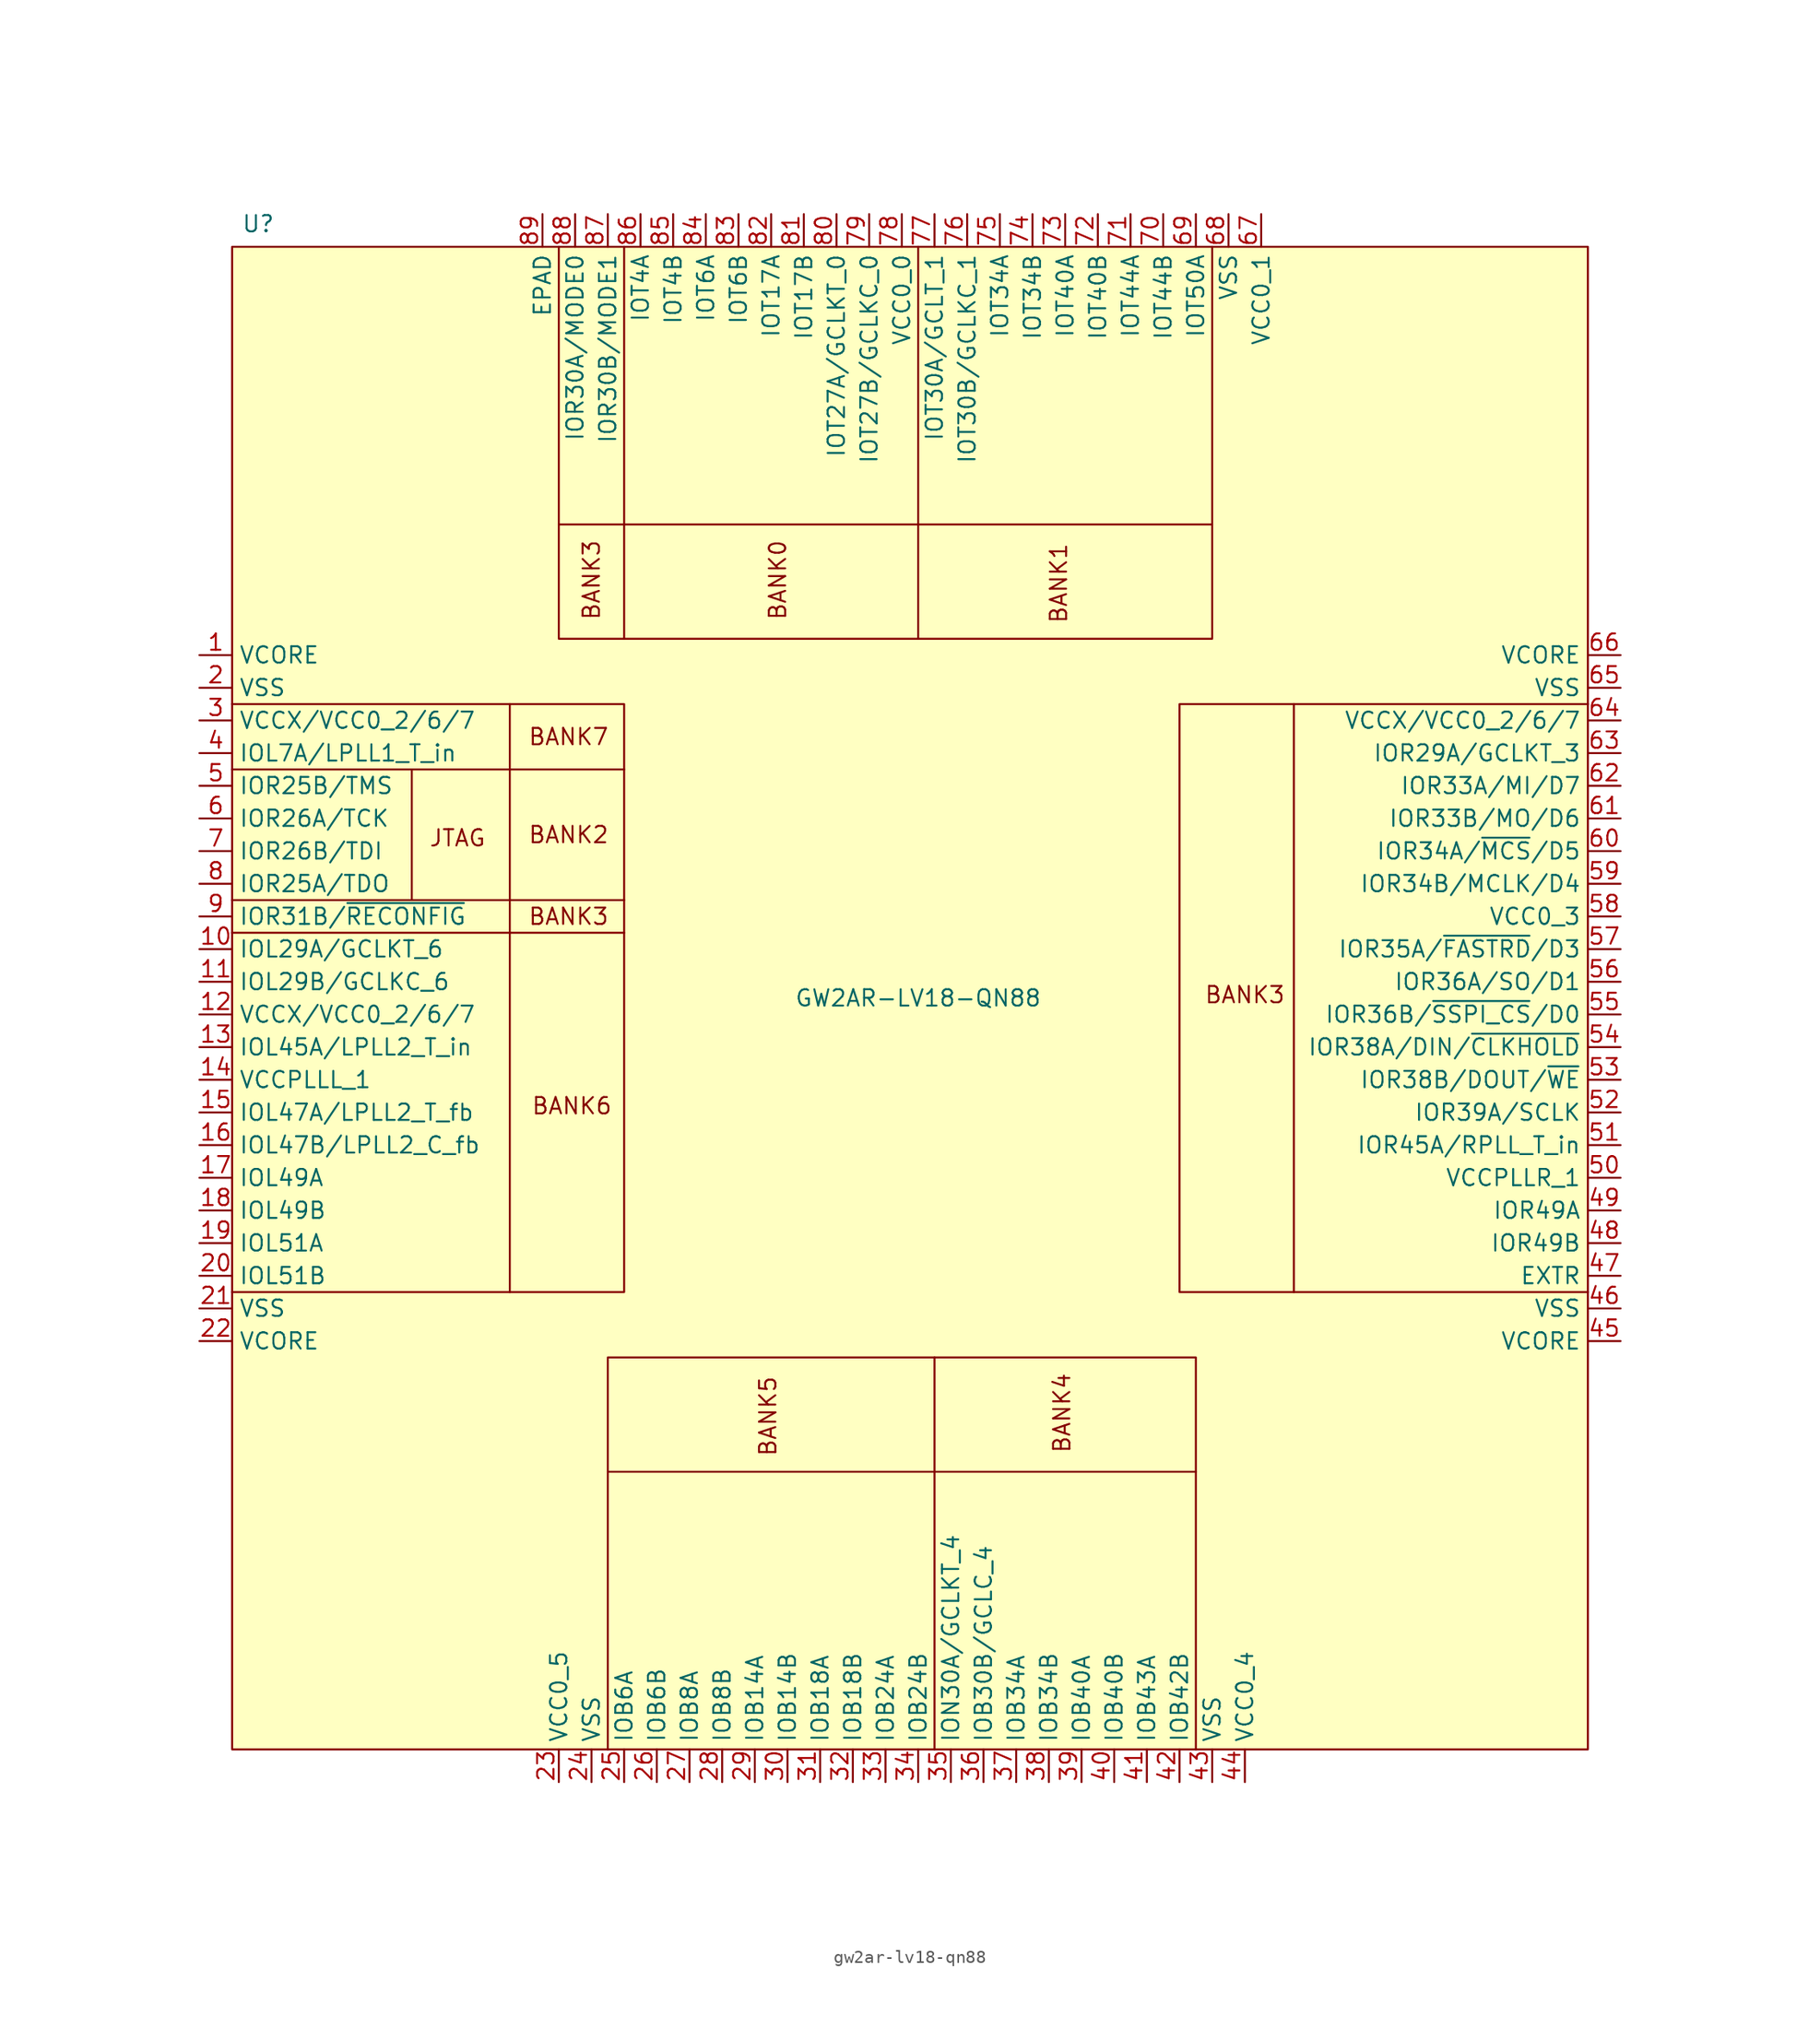
<source format=kicad_sym>
(kicad_symbol_lib
  (version 20241209)
  (generator "kicad_symbol_editor")
  (generator_version "9.0")
  (symbol "gw2ar-lv18-qn88"
    (property "Reference" "U"
      (at -51.308 60.198 0)
      (effects (font (size 1.27 1.27))))
    (property "Value" "GW2AR-LV18-QN88"
      (at 0 0 0)
      (effects (font (size 1.27 1.27))))
    (symbol "gw2ar-lv18-qn88_0_1"
      (polyline (pts (xy -53.34 22.86) (xy -31.75 22.86) (xy -31.75 -22.86) (xy -53.34 -22.86)) (stroke (width 0) (type default)) (fill (type none)))
      (polyline (pts (xy -53.34 17.78) (xy -31.75 17.78)) (stroke (width 0) (type default)) (fill (type none)))
      (polyline (pts (xy -53.34 7.62) (xy -31.75 7.62)) (stroke (width 0) (type default)) (fill (type none)))
      (polyline (pts (xy -53.34 5.08) (xy -31.75 5.08)) (stroke (width 0) (type default)) (fill (type none)))
      (polyline (pts (xy -39.37 17.78) (xy -39.37 7.62)) (stroke (width 0) (type default)) (fill (type none)))
      (polyline (pts (xy -31.75 22.86) (xy -22.86 22.86) (xy -22.86 -22.86) (xy -31.75 -22.86)) (stroke (width 0) (type default)) (fill (type none)))
      (polyline (pts (xy -31.75 17.78) (xy -22.86 17.78)) (stroke (width 0) (type default)) (fill (type none)))
      (polyline (pts (xy -31.75 7.62) (xy -22.86 7.62)) (stroke (width 0) (type default)) (fill (type none)))
      (polyline (pts (xy -31.75 5.08) (xy -22.86 5.08)) (stroke (width 0) (type default)) (fill (type none)))
      (polyline (pts (xy -27.94 58.42) (xy -27.94 36.83) (xy 22.86 36.83) (xy 22.86 58.42)) (stroke (width 0) (type default)) (fill (type none)))
      (polyline (pts (xy -27.94 36.83) (xy -27.94 27.94) (xy 22.86 27.94) (xy 22.86 36.83)) (stroke (width 0) (type default)) (fill (type none)))
      (polyline (pts (xy -24.13 -36.83) (xy -24.13 -27.94) (xy 21.59 -27.94) (xy 21.59 -36.83)) (stroke (width 0) (type default)) (fill (type none)))
      (polyline (pts (xy -24.13 -58.42) (xy -24.13 -36.83) (xy 21.59 -36.83) (xy 21.59 -58.42)) (stroke (width 0) (type default)) (fill (type none)))
      (polyline (pts (xy -22.86 58.42) (xy -22.86 27.94)) (stroke (width 0) (type default)) (fill (type none)))
      (polyline (pts (xy 0 58.42) (xy 0 27.94)) (stroke (width 0) (type default)) (fill (type none)))
      (polyline (pts (xy 1.27 -58.42) (xy 1.27 -27.94)) (stroke (width 0) (type default)) (fill (type none)))
      (polyline (pts (xy 29.21 22.86) (xy 20.32 22.86) (xy 20.32 -22.86) (xy 29.21 -22.86)) (stroke (width 0) (type default)) (fill (type none)))
      (polyline (pts (xy 52.07 22.86) (xy 29.21 22.86) (xy 29.21 -22.86) (xy 52.07 -22.86)) (stroke (width 0) (type default)) (fill (type none))))
    (symbol "gw2ar-lv18-qn88_1_1"
      (rectangle (start -53.34 58.42) (end 52.07 -58.42) (stroke (width 0) (type solid)) (fill (type background)))
      (text "JTAG" (at -35.814 12.446 0) (effects (font (size 1.27 1.27))))
      (text "BANK7" (at -27.178 20.32 0) (effects (font (size 1.27 1.27))))
      (text "BANK2" (at -27.178 12.7 0) (effects (font (size 1.27 1.27))))
      (text "BANK3" (at -27.178 6.35 0) (effects (font (size 1.27 1.27))))
      (text "BANK6" (at -26.924 -8.382 0) (effects (font (size 1.27 1.27))))
      (text "BANK3" (at -25.4 32.512 900) (effects (font (size 1.27 1.27))))
      (text "BANK5" (at -11.684 -32.512 900) (effects (font (size 1.27 1.27))))
      (text "BANK0" (at -10.922 32.512 900) (effects (font (size 1.27 1.27))))
      (text "BANK1" (at 10.922 32.258 900) (effects (font (size 1.27 1.27))))
      (text "BANK4" (at 11.176 -32.258 900) (effects (font (size 1.27 1.27))))
      (text "BANK3" (at 25.4 0.254 0) (effects (font (size 1.27 1.27))))
      (pin power_in line (at -55.88 26.67 0) (length 2.54) (name "VCORE" (effects (font (size 1.27 1.27)))) (number "1" (effects (font (size 1.27 1.27)))))
      (pin power_in line (at -55.88 24.13 0) (length 2.54) (name "VSS" (effects (font (size 1.27 1.27)))) (number "2" (effects (font (size 1.27 1.27)))))
      (pin power_in line (at -55.88 21.59 0) (length 2.54) (name "VCCX/VCC0_2/6/7" (effects (font (size 1.27 1.27)))) (number "3" (effects (font (size 1.27 1.27)))))
      (pin bidirectional line (at -55.88 19.05 0) (length 2.54) (name "IOL7A/LPLL1_T_in" (effects (font (size 1.27 1.27)))) (number "4" (effects (font (size 1.27 1.27)))))
      (pin bidirectional line (at -55.88 16.51 0) (length 2.54) (name "IOR25B/TMS" (effects (font (size 1.27 1.27)))) (number "5" (effects (font (size 1.27 1.27)))))
      (pin bidirectional line (at -55.88 13.97 0) (length 2.54) (name "IOR26A/TCK" (effects (font (size 1.27 1.27)))) (number "6" (effects (font (size 1.27 1.27)))))
      (pin bidirectional line (at -55.88 11.43 0) (length 2.54) (name "IOR26B/TDI" (effects (font (size 1.27 1.27)))) (number "7" (effects (font (size 1.27 1.27)))))
      (pin bidirectional line (at -55.88 8.89 0) (length 2.54) (name "IOR25A/TDO" (effects (font (size 1.27 1.27)))) (number "8" (effects (font (size 1.27 1.27)))))
      (pin bidirectional line (at -55.88 6.35 0) (length 2.54) (name "IOR31B/~{RECONFIG}" (effects (font (size 1.27 1.27)))) (number "9" (effects (font (size 1.27 1.27)))))
      (pin bidirectional line (at -55.88 3.81 0) (length 2.54) (name "IOL29A/GCLKT_6" (effects (font (size 1.27 1.27)))) (number "10" (effects (font (size 1.27 1.27)))))
      (pin bidirectional line (at -55.88 1.27 0) (length 2.54) (name "IOL29B/GCLKC_6" (effects (font (size 1.27 1.27)))) (number "11" (effects (font (size 1.27 1.27)))))
      (pin power_in line (at -55.88 -1.27 0) (length 2.54) (name "VCCX/VCC0_2/6/7" (effects (font (size 1.27 1.27)))) (number "12" (effects (font (size 1.27 1.27)))))
      (pin bidirectional line (at -55.88 -3.81 0) (length 2.54) (name "IOL45A/LPLL2_T_in" (effects (font (size 1.27 1.27)))) (number "13" (effects (font (size 1.27 1.27)))))
      (pin power_in line (at -55.88 -6.35 0) (length 2.54) (name "VCCPLLL_1" (effects (font (size 1.27 1.27)))) (number "14" (effects (font (size 1.27 1.27)))))
      (pin bidirectional line (at -55.88 -8.89 0) (length 2.54) (name "IOL47A/LPLL2_T_fb" (effects (font (size 1.27 1.27)))) (number "15" (effects (font (size 1.27 1.27)))))
      (pin bidirectional line (at -55.88 -11.43 0) (length 2.54) (name "IOL47B/LPLL2_C_fb" (effects (font (size 1.27 1.27)))) (number "16" (effects (font (size 1.27 1.27)))))
      (pin bidirectional line (at -55.88 -13.97 0) (length 2.54) (name "IOL49A" (effects (font (size 1.27 1.27)))) (number "17" (effects (font (size 1.27 1.27)))))
      (pin bidirectional line (at -55.88 -16.51 0) (length 2.54) (name "IOL49B" (effects (font (size 1.27 1.27)))) (number "18" (effects (font (size 1.27 1.27)))))
      (pin bidirectional line (at -55.88 -19.05 0) (length 2.54) (name "IOL51A" (effects (font (size 1.27 1.27)))) (number "19" (effects (font (size 1.27 1.27)))))
      (pin bidirectional line (at -55.88 -21.59 0) (length 2.54) (name "IOL51B" (effects (font (size 1.27 1.27)))) (number "20" (effects (font (size 1.27 1.27)))))
      (pin power_in line (at -55.88 -24.13 0) (length 2.54) (name "VSS" (effects (font (size 1.27 1.27)))) (number "21" (effects (font (size 1.27 1.27)))))
      (pin power_in line (at -55.88 -26.67 0) (length 2.54) (name "VCORE" (effects (font (size 1.27 1.27)))) (number "22" (effects (font (size 1.27 1.27)))))
      (pin power_in line (at -29.21 60.96 270) (length 2.54) (name "EPAD" (effects (font (size 1.27 1.27)))) (number "89" (effects (font (size 1.27 1.27)))))
      (pin power_in line (at -27.94 -60.96 90) (length 2.54) (name "VCC0_5" (effects (font (size 1.27 1.27)))) (number "23" (effects (font (size 1.27 1.27)))))
      (pin bidirectional line (at -26.67 60.96 270) (length 2.54) (name "IOR30A/MODE0" (effects (font (size 1.27 1.27)))) (number "88" (effects (font (size 1.27 1.27)))))
      (pin power_in line (at -25.4 -60.96 90) (length 2.54) (name "VSS" (effects (font (size 1.27 1.27)))) (number "24" (effects (font (size 1.27 1.27)))))
      (pin bidirectional line (at -24.13 60.96 270) (length 2.54) (name "IOR30B/MODE1" (effects (font (size 1.27 1.27)))) (number "87" (effects (font (size 1.27 1.27)))))
      (pin bidirectional line (at -22.86 -60.96 90) (length 2.54) (name "IOB6A" (effects (font (size 1.27 1.27)))) (number "25" (effects (font (size 1.27 1.27)))))
      (pin bidirectional line (at -21.59 60.96 270) (length 2.54) (name "IOT4A" (effects (font (size 1.27 1.27)))) (number "86" (effects (font (size 1.27 1.27)))))
      (pin bidirectional line (at -20.32 -60.96 90) (length 2.54) (name "IOB6B" (effects (font (size 1.27 1.27)))) (number "26" (effects (font (size 1.27 1.27)))))
      (pin bidirectional line (at -19.05 60.96 270) (length 2.54) (name "IOT4B" (effects (font (size 1.27 1.27)))) (number "85" (effects (font (size 1.27 1.27)))))
      (pin bidirectional line (at -17.78 -60.96 90) (length 2.54) (name "IOB8A" (effects (font (size 1.27 1.27)))) (number "27" (effects (font (size 1.27 1.27)))))
      (pin bidirectional line (at -16.51 60.96 270) (length 2.54) (name "IOT6A" (effects (font (size 1.27 1.27)))) (number "84" (effects (font (size 1.27 1.27)))))
      (pin bidirectional line (at -15.24 -60.96 90) (length 2.54) (name "IOB8B" (effects (font (size 1.27 1.27)))) (number "28" (effects (font (size 1.27 1.27)))))
      (pin bidirectional line (at -13.97 60.96 270) (length 2.54) (name "IOT6B" (effects (font (size 1.27 1.27)))) (number "83" (effects (font (size 1.27 1.27)))))
      (pin bidirectional line (at -12.7 -60.96 90) (length 2.54) (name "IOB14A" (effects (font (size 1.27 1.27)))) (number "29" (effects (font (size 1.27 1.27)))))
      (pin bidirectional line (at -11.43 60.96 270) (length 2.54) (name "IOT17A" (effects (font (size 1.27 1.27)))) (number "82" (effects (font (size 1.27 1.27)))))
      (pin bidirectional line (at -10.16 -60.96 90) (length 2.54) (name "IOB14B" (effects (font (size 1.27 1.27)))) (number "30" (effects (font (size 1.27 1.27)))))
      (pin bidirectional line (at -8.89 60.96 270) (length 2.54) (name "IOT17B" (effects (font (size 1.27 1.27)))) (number "81" (effects (font (size 1.27 1.27)))))
      (pin bidirectional line (at -7.62 -60.96 90) (length 2.54) (name "IOB18A" (effects (font (size 1.27 1.27)))) (number "31" (effects (font (size 1.27 1.27)))))
      (pin bidirectional line (at -6.35 60.96 270) (length 2.54) (name "IOT27A/GCLKT_0" (effects (font (size 1.27 1.27)))) (number "80" (effects (font (size 1.27 1.27)))))
      (pin bidirectional line (at -5.08 -60.96 90) (length 2.54) (name "IOB18B" (effects (font (size 1.27 1.27)))) (number "32" (effects (font (size 1.27 1.27)))))
      (pin bidirectional line (at -3.81 60.96 270) (length 2.54) (name "IOT27B/GCLKC_0" (effects (font (size 1.27 1.27)))) (number "79" (effects (font (size 1.27 1.27)))))
      (pin bidirectional line (at -2.54 -60.96 90) (length 2.54) (name "IOB24A" (effects (font (size 1.27 1.27)))) (number "33" (effects (font (size 1.27 1.27)))))
      (pin power_in line (at -1.27 60.96 270) (length 2.54) (name "VCC0_0" (effects (font (size 1.27 1.27)))) (number "78" (effects (font (size 1.27 1.27)))))
      (pin bidirectional line (at 0 -60.96 90) (length 2.54) (name "IOB24B" (effects (font (size 1.27 1.27)))) (number "34" (effects (font (size 1.27 1.27)))))
      (pin bidirectional line (at 1.27 60.96 270) (length 2.54) (name "IOT30A/GCLT_1" (effects (font (size 1.27 1.27)))) (number "77" (effects (font (size 1.27 1.27)))))
      (pin bidirectional line (at 2.54 -60.96 90) (length 2.54) (name "ION30A/GCLKT_4" (effects (font (size 1.27 1.27)))) (number "35" (effects (font (size 1.27 1.27)))))
      (pin bidirectional line (at 3.81 60.96 270) (length 2.54) (name "IOT30B/GCLKC_1" (effects (font (size 1.27 1.27)))) (number "76" (effects (font (size 1.27 1.27)))))
      (pin bidirectional line (at 5.08 -60.96 90) (length 2.54) (name "IOB30B/GCLC_4" (effects (font (size 1.27 1.27)))) (number "36" (effects (font (size 1.27 1.27)))))
      (pin bidirectional line (at 6.35 60.96 270) (length 2.54) (name "IOT34A" (effects (font (size 1.27 1.27)))) (number "75" (effects (font (size 1.27 1.27)))))
      (pin bidirectional line (at 7.62 -60.96 90) (length 2.54) (name "IOB34A" (effects (font (size 1.27 1.27)))) (number "37" (effects (font (size 1.27 1.27)))))
      (pin bidirectional line (at 8.89 60.96 270) (length 2.54) (name "IOT34B" (effects (font (size 1.27 1.27)))) (number "74" (effects (font (size 1.27 1.27)))))
      (pin bidirectional line (at 10.16 -60.96 90) (length 2.54) (name "IOB34B" (effects (font (size 1.27 1.27)))) (number "38" (effects (font (size 1.27 1.27)))))
      (pin bidirectional line (at 11.43 60.96 270) (length 2.54) (name "IOT40A" (effects (font (size 1.27 1.27)))) (number "73" (effects (font (size 1.27 1.27)))))
      (pin bidirectional line (at 12.7 -60.96 90) (length 2.54) (name "IOB40A" (effects (font (size 1.27 1.27)))) (number "39" (effects (font (size 1.27 1.27)))))
      (pin bidirectional line (at 13.97 60.96 270) (length 2.54) (name "IOT40B" (effects (font (size 1.27 1.27)))) (number "72" (effects (font (size 1.27 1.27)))))
      (pin bidirectional line (at 15.24 -60.96 90) (length 2.54) (name "IOB40B" (effects (font (size 1.27 1.27)))) (number "40" (effects (font (size 1.27 1.27)))))
      (pin bidirectional line (at 16.51 60.96 270) (length 2.54) (name "IOT44A" (effects (font (size 1.27 1.27)))) (number "71" (effects (font (size 1.27 1.27)))))
      (pin bidirectional line (at 17.78 -60.96 90) (length 2.54) (name "IOB43A" (effects (font (size 1.27 1.27)))) (number "41" (effects (font (size 1.27 1.27)))))
      (pin bidirectional line (at 19.05 60.96 270) (length 2.54) (name "IOT44B" (effects (font (size 1.27 1.27)))) (number "70" (effects (font (size 1.27 1.27)))))
      (pin bidirectional line (at 20.32 -60.96 90) (length 2.54) (name "IOB42B" (effects (font (size 1.27 1.27)))) (number "42" (effects (font (size 1.27 1.27)))))
      (pin bidirectional line (at 21.59 60.96 270) (length 2.54) (name "IOT50A" (effects (font (size 1.27 1.27)))) (number "69" (effects (font (size 1.27 1.27)))))
      (pin power_in line (at 22.86 -60.96 90) (length 2.54) (name "VSS" (effects (font (size 1.27 1.27)))) (number "43" (effects (font (size 1.27 1.27)))))
      (pin power_in line (at 24.13 60.96 270) (length 2.54) (name "VSS" (effects (font (size 1.27 1.27)))) (number "68" (effects (font (size 1.27 1.27)))))
      (pin power_in line (at 25.4 -60.96 90) (length 2.54) (name "VCC0_4" (effects (font (size 1.27 1.27)))) (number "44" (effects (font (size 1.27 1.27)))))
      (pin power_in line (at 26.67 60.96 270) (length 2.54) (name "VCC0_1" (effects (font (size 1.27 1.27)))) (number "67" (effects (font (size 1.27 1.27)))))
      (pin power_in line (at 54.61 26.67 180) (length 2.54) (name "VCORE" (effects (font (size 1.27 1.27)))) (number "66" (effects (font (size 1.27 1.27)))))
      (pin power_in line (at 54.61 24.13 180) (length 2.54) (name "VSS" (effects (font (size 1.27 1.27)))) (number "65" (effects (font (size 1.27 1.27)))))
      (pin power_in line (at 54.61 21.59 180) (length 2.54) (name "VCCX/VCC0_2/6/7" (effects (font (size 1.27 1.27)))) (number "64" (effects (font (size 1.27 1.27)))))
      (pin bidirectional line (at 54.61 19.05 180) (length 2.54) (name "IOR29A/GCLKT_3" (effects (font (size 1.27 1.27)))) (number "63" (effects (font (size 1.27 1.27)))))
      (pin bidirectional line (at 54.61 16.51 180) (length 2.54) (name "IOR33A/MI/D7" (effects (font (size 1.27 1.27)))) (number "62" (effects (font (size 1.27 1.27)))))
      (pin bidirectional line (at 54.61 13.97 180) (length 2.54) (name "IOR33B/MO/D6" (effects (font (size 1.27 1.27)))) (number "61" (effects (font (size 1.27 1.27)))))
      (pin bidirectional line (at 54.61 11.43 180) (length 2.54) (name "IOR34A/~{MCS}/D5" (effects (font (size 1.27 1.27)))) (number "60" (effects (font (size 1.27 1.27)))))
      (pin bidirectional line (at 54.61 8.89 180) (length 2.54) (name "IOR34B/MCLK/D4" (effects (font (size 1.27 1.27)))) (number "59" (effects (font (size 1.27 1.27)))))
      (pin power_in line (at 54.61 6.35 180) (length 2.54) (name "VCC0_3" (effects (font (size 1.27 1.27)))) (number "58" (effects (font (size 1.27 1.27)))))
      (pin bidirectional line (at 54.61 3.81 180) (length 2.54) (name "IOR35A/~{FASTRD}/D3" (effects (font (size 1.27 1.27)))) (number "57" (effects (font (size 1.27 1.27)))))
      (pin bidirectional line (at 54.61 1.27 180) (length 2.54) (name "IOR36A/SO/D1" (effects (font (size 1.27 1.27)))) (number "56" (effects (font (size 1.27 1.27)))))
      (pin bidirectional line (at 54.61 -1.27 180) (length 2.54) (name "IOR36B/~{SSPI_CS}/D0" (effects (font (size 1.27 1.27)))) (number "55" (effects (font (size 1.27 1.27)))))
      (pin bidirectional line (at 54.61 -3.81 180) (length 2.54) (name "IOR38A/DIN/~{CLKHOLD}" (effects (font (size 1.27 1.27)))) (number "54" (effects (font (size 1.27 1.27)))))
      (pin bidirectional line (at 54.61 -6.35 180) (length 2.54) (name "IOR38B/DOUT/~{WE}" (effects (font (size 1.27 1.27)))) (number "53" (effects (font (size 1.27 1.27)))))
      (pin bidirectional line (at 54.61 -8.89 180) (length 2.54) (name "IOR39A/SCLK" (effects (font (size 1.27 1.27)))) (number "52" (effects (font (size 1.27 1.27)))))
      (pin bidirectional line (at 54.61 -11.43 180) (length 2.54) (name "IOR45A/RPLL_T_in" (effects (font (size 1.27 1.27)))) (number "51" (effects (font (size 1.27 1.27)))))
      (pin power_in line (at 54.61 -13.97 180) (length 2.54) (name "VCCPLLR_1" (effects (font (size 1.27 1.27)))) (number "50" (effects (font (size 1.27 1.27)))))
      (pin bidirectional line (at 54.61 -16.51 180) (length 2.54) (name "IOR49A" (effects (font (size 1.27 1.27)))) (number "49" (effects (font (size 1.27 1.27)))))
      (pin bidirectional line (at 54.61 -19.05 180) (length 2.54) (name "IOR49B" (effects (font (size 1.27 1.27)))) (number "48" (effects (font (size 1.27 1.27)))))
      (pin input line (at 54.61 -21.59 180) (length 2.54) (name "EXTR" (effects (font (size 1.27 1.27)))) (number "47" (effects (font (size 1.27 1.27)))))
      (pin power_in line (at 54.61 -24.13 180) (length 2.54) (name "VSS" (effects (font (size 1.27 1.27)))) (number "46" (effects (font (size 1.27 1.27)))))
      (pin power_in line (at 54.61 -26.67 180) (length 2.54) (name "VCORE" (effects (font (size 1.27 1.27)))) (number "45" (effects (font (size 1.27 1.27))))))))
</source>
